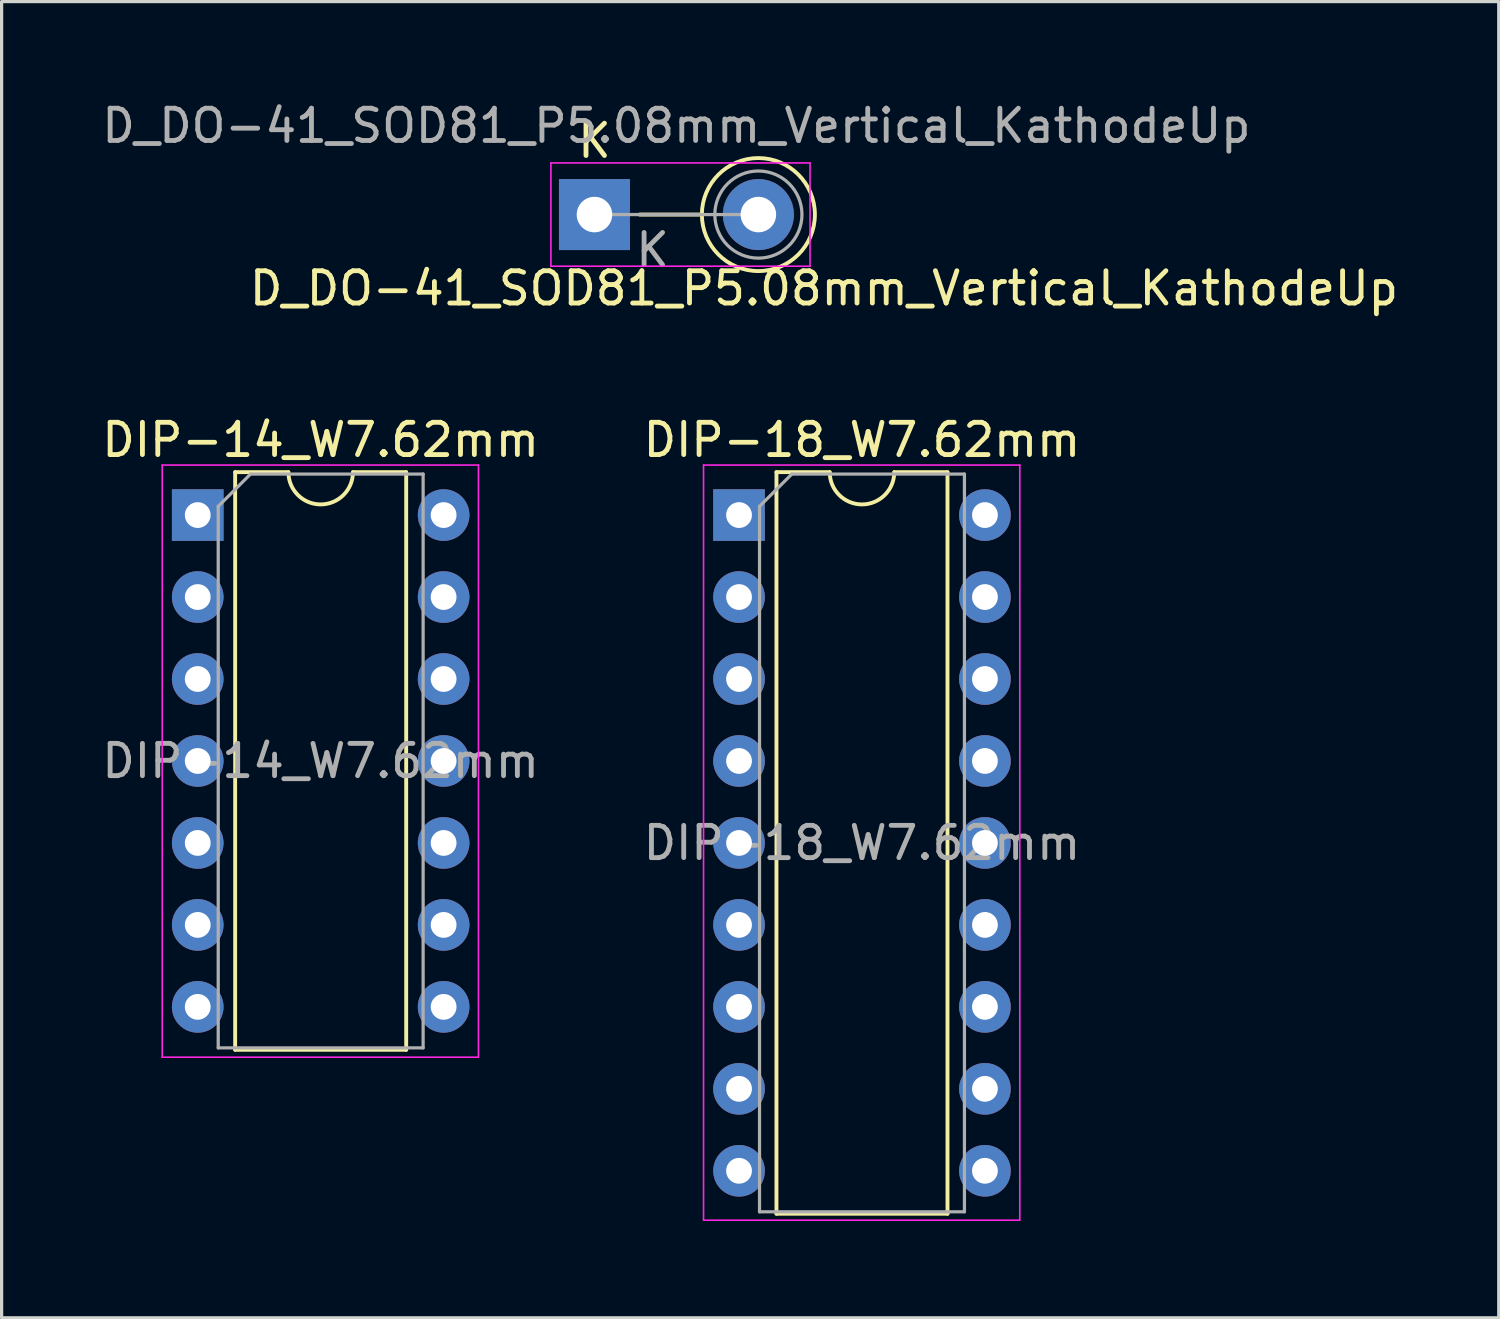
<source format=kicad_pcb>
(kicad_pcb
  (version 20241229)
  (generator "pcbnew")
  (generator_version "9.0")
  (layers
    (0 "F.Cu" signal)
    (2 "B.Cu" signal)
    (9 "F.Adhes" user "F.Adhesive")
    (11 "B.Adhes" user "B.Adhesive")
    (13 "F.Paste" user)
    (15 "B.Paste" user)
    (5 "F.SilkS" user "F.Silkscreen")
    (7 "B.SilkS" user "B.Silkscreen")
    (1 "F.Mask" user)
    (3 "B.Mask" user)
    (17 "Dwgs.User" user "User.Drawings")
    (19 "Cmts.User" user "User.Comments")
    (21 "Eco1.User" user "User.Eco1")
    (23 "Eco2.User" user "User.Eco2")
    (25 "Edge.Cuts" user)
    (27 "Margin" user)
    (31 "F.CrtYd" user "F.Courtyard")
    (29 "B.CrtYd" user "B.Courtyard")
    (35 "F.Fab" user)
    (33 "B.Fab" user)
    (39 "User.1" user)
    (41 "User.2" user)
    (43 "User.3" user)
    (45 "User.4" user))
  (footprint "DIP-14_W7.62mm"
    (layer "F.Cu")
    (at 3.077 12.911)
    (property "Reference" "DIP-14_W7.62mm" (at 3.81 -2.33 0) (layer "F.SilkS") (effects (font (size 1 1) (thickness 0.15))))
    (attr through_hole)
    (fp_line (start 1.16 -1.33) (end 1.16 16.57) (stroke (width 0.12) (type solid)) (layer "F.SilkS"))
    (fp_line (start 1.16 16.57) (end 6.46 16.57) (stroke (width 0.12) (type solid)) (layer "F.SilkS"))
    (fp_line (start 2.81 -1.33) (end 1.16 -1.33) (stroke (width 0.12) (type solid)) (layer "F.SilkS"))
    (fp_line (start 6.46 -1.33) (end 4.81 -1.33) (stroke (width 0.12) (type solid)) (layer "F.SilkS"))
    (fp_line (start 6.46 16.57) (end 6.46 -1.33) (stroke (width 0.12) (type solid)) (layer "F.SilkS"))
    (fp_arc (start 4.81 -1.33) (mid 3.81 -0.33) (end 2.81 -1.33) (stroke (width 0.12) (type solid)) (layer "F.SilkS"))
    (fp_line (start -1.1 -1.55) (end -1.1 16.8) (stroke (width 0.05) (type solid)) (layer "F.CrtYd"))
    (fp_line (start -1.1 16.8) (end 8.7 16.8) (stroke (width 0.05) (type solid)) (layer "F.CrtYd"))
    (fp_line (start 8.7 -1.55) (end -1.1 -1.55) (stroke (width 0.05) (type solid)) (layer "F.CrtYd"))
    (fp_line (start 8.7 16.8) (end 8.7 -1.55) (stroke (width 0.05) (type solid)) (layer "F.CrtYd"))
    (fp_line (start 0.635 -0.27) (end 1.635 -1.27) (stroke (width 0.1) (type solid)) (layer "F.Fab"))
    (fp_line (start 0.635 16.51) (end 0.635 -0.27) (stroke (width 0.1) (type solid)) (layer "F.Fab"))
    (fp_line (start 1.635 -1.27) (end 6.985 -1.27) (stroke (width 0.1) (type solid)) (layer "F.Fab"))
    (fp_line (start 6.985 -1.27) (end 6.985 16.51) (stroke (width 0.1) (type solid)) (layer "F.Fab"))
    (fp_line (start 6.985 16.51) (end 0.635 16.51) (stroke (width 0.1) (type solid)) (layer "F.Fab"))
    (fp_text user "${REFERENCE}" (at 3.81 7.62 0) (layer "F.Fab") (effects (font (size 1 1) (thickness 0.15))))
    (pad "1" thru_hole rect (at 0 0) (size 1.6 1.6) (drill 0.8) (layers "*.Cu" "*.Mask"))
    (pad "2" thru_hole oval (at 0 2.54) (size 1.6 1.6) (drill 0.8) (layers "*.Cu" "*.Mask"))
    (pad "3" thru_hole oval (at 0 5.08) (size 1.6 1.6) (drill 0.8) (layers "*.Cu" "*.Mask"))
    (pad "4" thru_hole oval (at 0 7.62) (size 1.6 1.6) (drill 0.8) (layers "*.Cu" "*.Mask"))
    (pad "5" thru_hole oval (at 0 10.16) (size 1.6 1.6) (drill 0.8) (layers "*.Cu" "*.Mask"))
    (pad "6" thru_hole oval (at 0 12.7) (size 1.6 1.6) (drill 0.8) (layers "*.Cu" "*.Mask"))
    (pad "7" thru_hole oval (at 0 15.24) (size 1.6 1.6) (drill 0.8) (layers "*.Cu" "*.Mask"))
    (pad "8" thru_hole oval (at 7.62 15.24) (size 1.6 1.6) (drill 0.8) (layers "*.Cu" "*.Mask"))
    (pad "9" thru_hole oval (at 7.62 12.7) (size 1.6 1.6) (drill 0.8) (layers "*.Cu" "*.Mask"))
    (pad "10" thru_hole oval (at 7.62 10.16) (size 1.6 1.6) (drill 0.8) (layers "*.Cu" "*.Mask"))
    (pad "11" thru_hole oval (at 7.62 7.62) (size 1.6 1.6) (drill 0.8) (layers "*.Cu" "*.Mask"))
    (pad "12" thru_hole oval (at 7.62 5.08) (size 1.6 1.6) (drill 0.8) (layers "*.Cu" "*.Mask"))
    (pad "13" thru_hole oval (at 7.62 2.54) (size 1.6 1.6) (drill 0.8) (layers "*.Cu" "*.Mask"))
    (pad "14" thru_hole oval (at 7.62 0) (size 1.6 1.6) (drill 0.8) (layers "*.Cu" "*.Mask")))
  (footprint "D_DO-41_SOD81_P5.08mm_Vertical_KathodeUp"
    (layer "F.Cu")
    (at 15.371 3.599)
    (property "Reference" "D_DO-41_SOD81_P5.08mm_Vertical_KathodeUp" (at 7.112 2.286 180) (layer "F.SilkS") (effects (font (size 1 1) (thickness 0.15))))
    (attr through_hole)
    (fp_line (start 3.329 0) (end 1.4 0) (stroke (width 0.12) (type solid)) (layer "F.SilkS"))
    (fp_circle (center 5.08 0) (end 6.831 0) (stroke (width 0.12) (type solid)) (fill no) (layer "F.SilkS"))
    (fp_line (start -1.35 -1.6) (end -1.35 1.6) (stroke (width 0.05) (type solid)) (layer "F.CrtYd"))
    (fp_line (start -1.35 1.6) (end 6.68 1.6) (stroke (width 0.05) (type solid)) (layer "F.CrtYd"))
    (fp_line (start 6.68 -1.6) (end -1.35 -1.6) (stroke (width 0.05) (type solid)) (layer "F.CrtYd"))
    (fp_line (start 6.68 1.6) (end 6.68 -1.6) (stroke (width 0.05) (type solid)) (layer "F.CrtYd"))
    (fp_line (start 0 0) (end 5.08 0) (stroke (width 0.1) (type solid)) (layer "F.Fab"))
    (fp_circle (center 5.08 0) (end 6.43 0) (stroke (width 0.1) (type solid)) (fill no) (layer "F.Fab"))
    (fp_text user "K" (at 0 -2.286 180) (layer "F.SilkS") (effects (font (size 1 1) (thickness 0.15))))
    (fp_text user "K" (at 1.8 1.1 180) (layer "F.Fab") (effects (font (size 1 1) (thickness 0.15))))
    (fp_text user "${REFERENCE}" (at 2.54 -2.751 180) (layer "F.Fab") (effects (font (size 1 1) (thickness 0.15))))
    (pad "1" thru_hole rect (at 0 0) (size 2.2 2.2) (drill 1.1) (layers "*.Cu" "*.Mask"))
    (pad "2" thru_hole oval (at 5.08 0) (size 2.2 2.2) (drill 1.1) (layers "*.Cu" "*.Mask")))
  (footprint "DIP-18_W7.62mm"
    (layer "F.Cu")
    (at 19.851 12.911)
    (property "Reference" "DIP-18_W7.62mm" (at 3.81 -2.33 0) (layer "F.SilkS") (effects (font (size 1 1) (thickness 0.15))))
    (attr through_hole)
    (fp_line (start 1.16 -1.33) (end 1.16 21.65) (stroke (width 0.12) (type solid)) (layer "F.SilkS"))
    (fp_line (start 1.16 21.65) (end 6.46 21.65) (stroke (width 0.12) (type solid)) (layer "F.SilkS"))
    (fp_line (start 2.81 -1.33) (end 1.16 -1.33) (stroke (width 0.12) (type solid)) (layer "F.SilkS"))
    (fp_line (start 6.46 -1.33) (end 4.81 -1.33) (stroke (width 0.12) (type solid)) (layer "F.SilkS"))
    (fp_line (start 6.46 21.65) (end 6.46 -1.33) (stroke (width 0.12) (type solid)) (layer "F.SilkS"))
    (fp_arc (start 4.81 -1.33) (mid 3.81 -0.33) (end 2.81 -1.33) (stroke (width 0.12) (type solid)) (layer "F.SilkS"))
    (fp_line (start -1.1 -1.55) (end -1.1 21.85) (stroke (width 0.05) (type solid)) (layer "F.CrtYd"))
    (fp_line (start -1.1 21.85) (end 8.7 21.85) (stroke (width 0.05) (type solid)) (layer "F.CrtYd"))
    (fp_line (start 8.7 -1.55) (end -1.1 -1.55) (stroke (width 0.05) (type solid)) (layer "F.CrtYd"))
    (fp_line (start 8.7 21.85) (end 8.7 -1.55) (stroke (width 0.05) (type solid)) (layer "F.CrtYd"))
    (fp_line (start 0.635 -0.27) (end 1.635 -1.27) (stroke (width 0.1) (type solid)) (layer "F.Fab"))
    (fp_line (start 0.635 21.59) (end 0.635 -0.27) (stroke (width 0.1) (type solid)) (layer "F.Fab"))
    (fp_line (start 1.635 -1.27) (end 6.985 -1.27) (stroke (width 0.1) (type solid)) (layer "F.Fab"))
    (fp_line (start 6.985 -1.27) (end 6.985 21.59) (stroke (width 0.1) (type solid)) (layer "F.Fab"))
    (fp_line (start 6.985 21.59) (end 0.635 21.59) (stroke (width 0.1) (type solid)) (layer "F.Fab"))
    (fp_text user "${REFERENCE}" (at 3.81 10.16 0) (layer "F.Fab") (effects (font (size 1 1) (thickness 0.15))))
    (pad "1" thru_hole rect (at 0 0) (size 1.6 1.6) (drill 0.8) (layers "*.Cu" "*.Mask"))
    (pad "2" thru_hole oval (at 0 2.54) (size 1.6 1.6) (drill 0.8) (layers "*.Cu" "*.Mask"))
    (pad "3" thru_hole oval (at 0 5.08) (size 1.6 1.6) (drill 0.8) (layers "*.Cu" "*.Mask"))
    (pad "4" thru_hole oval (at 0 7.62) (size 1.6 1.6) (drill 0.8) (layers "*.Cu" "*.Mask"))
    (pad "5" thru_hole oval (at 0 10.16) (size 1.6 1.6) (drill 0.8) (layers "*.Cu" "*.Mask"))
    (pad "6" thru_hole oval (at 0 12.7) (size 1.6 1.6) (drill 0.8) (layers "*.Cu" "*.Mask"))
    (pad "7" thru_hole oval (at 0 15.24) (size 1.6 1.6) (drill 0.8) (layers "*.Cu" "*.Mask"))
    (pad "8" thru_hole oval (at 0 17.78) (size 1.6 1.6) (drill 0.8) (layers "*.Cu" "*.Mask"))
    (pad "9" thru_hole oval (at 0 20.32) (size 1.6 1.6) (drill 0.8) (layers "*.Cu" "*.Mask"))
    (pad "10" thru_hole oval (at 7.62 20.32) (size 1.6 1.6) (drill 0.8) (layers "*.Cu" "*.Mask"))
    (pad "11" thru_hole oval (at 7.62 17.78) (size 1.6 1.6) (drill 0.8) (layers "*.Cu" "*.Mask"))
    (pad "12" thru_hole oval (at 7.62 15.24) (size 1.6 1.6) (drill 0.8) (layers "*.Cu" "*.Mask"))
    (pad "13" thru_hole oval (at 7.62 12.7) (size 1.6 1.6) (drill 0.8) (layers "*.Cu" "*.Mask"))
    (pad "14" thru_hole oval (at 7.62 10.16) (size 1.6 1.6) (drill 0.8) (layers "*.Cu" "*.Mask"))
    (pad "15" thru_hole oval (at 7.62 7.62) (size 1.6 1.6) (drill 0.8) (layers "*.Cu" "*.Mask"))
    (pad "16" thru_hole oval (at 7.62 5.08) (size 1.6 1.6) (drill 0.8) (layers "*.Cu" "*.Mask"))
    (pad "17" thru_hole oval (at 7.62 2.54) (size 1.6 1.6) (drill 0.8) (layers "*.Cu" "*.Mask"))
    (pad "18" thru_hole oval (at 7.62 0) (size 1.6 1.6) (drill 0.8) (layers "*.Cu" "*.Mask")))
  (gr_rect
    (start -3 -3)
    (end 43.393 37.786)
    (stroke (width 0.1) (type default))
    (fill no)
    (layer "Edge.Cuts")))
</source>
